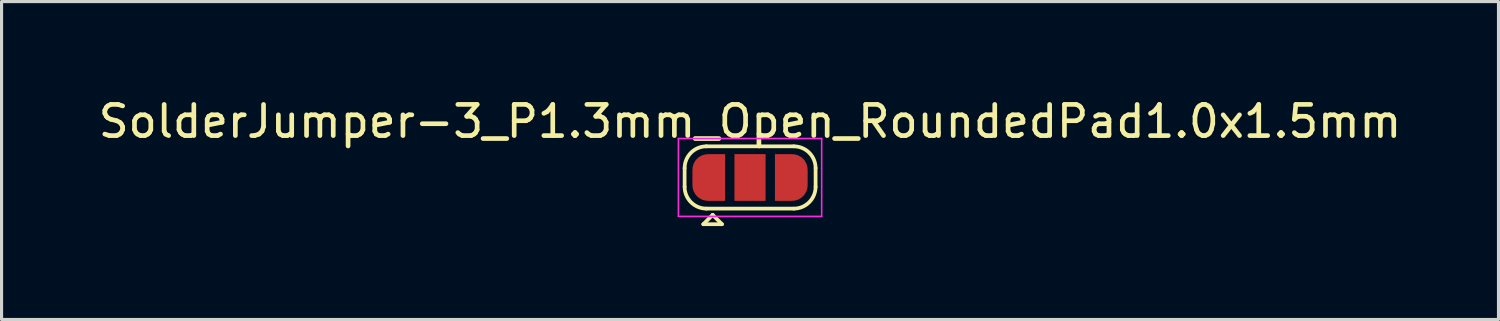
<source format=kicad_pcb>
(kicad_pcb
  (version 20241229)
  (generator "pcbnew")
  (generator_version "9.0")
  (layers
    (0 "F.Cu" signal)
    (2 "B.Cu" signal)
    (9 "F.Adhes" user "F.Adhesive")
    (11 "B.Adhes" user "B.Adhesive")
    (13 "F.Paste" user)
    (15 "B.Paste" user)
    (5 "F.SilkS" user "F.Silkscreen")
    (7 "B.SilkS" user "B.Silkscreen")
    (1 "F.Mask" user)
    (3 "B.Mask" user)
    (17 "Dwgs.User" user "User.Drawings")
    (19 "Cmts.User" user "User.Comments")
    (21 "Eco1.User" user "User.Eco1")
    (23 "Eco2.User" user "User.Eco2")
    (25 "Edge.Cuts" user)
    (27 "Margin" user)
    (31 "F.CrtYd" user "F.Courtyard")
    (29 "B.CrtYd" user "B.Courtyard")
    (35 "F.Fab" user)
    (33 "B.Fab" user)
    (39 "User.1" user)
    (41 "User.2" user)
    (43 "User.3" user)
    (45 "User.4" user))
  (footprint "SolderJumper-3_P1.3mm_Open_RoundedPad1.0x1.5mm"
    (layer "F.Cu")
    (at 21.03 2.648)
    (property "Reference" "SolderJumper-3_P1.3mm_Open_RoundedPad1.0x1.5mm" (at 0 -1.8 0) (layer "F.SilkS") (effects (font (size 1 1) (thickness 0.15))))
    (attr exclude_from_pos_files exclude_from_bom allow_soldermask_bridges)
    (fp_rect (start -0.8 -0.75) (end 0.8 0.75) (stroke (width 0) (type default)) (fill yes) (layer "F.Mask"))
    (fp_line (start -2.1 0.3) (end -2.1 -0.3) (stroke (width 0.12) (type solid)) (layer "F.SilkS"))
    (fp_line (start -1.5 1.5) (end -0.9 1.5) (stroke (width 0.12) (type solid)) (layer "F.SilkS"))
    (fp_line (start -1.4 -1) (end 1.4 -1) (stroke (width 0.12) (type solid)) (layer "F.SilkS"))
    (fp_line (start -1.2 1.2) (end -1.5 1.5) (stroke (width 0.12) (type solid)) (layer "F.SilkS"))
    (fp_line (start -1.2 1.2) (end -0.9 1.5) (stroke (width 0.12) (type solid)) (layer "F.SilkS"))
    (fp_line (start 1.4 1) (end -1.4 1) (stroke (width 0.12) (type solid)) (layer "F.SilkS"))
    (fp_line (start 2.105 -0.3) (end 2.105 0.3) (stroke (width 0.12) (type solid)) (layer "F.SilkS"))
    (fp_arc (start -2.1 -0.3) (mid -1.894975 -0.794975) (end -1.4 -1) (stroke (width 0.12) (type solid)) (layer "F.SilkS"))
    (fp_arc (start -1.4 1) (mid -1.894975 0.794975) (end -2.1 0.3) (stroke (width 0.12) (type solid)) (layer "F.SilkS"))
    (fp_arc (start 1.405025 -1) (mid 1.9 -0.794975) (end 2.105025 -0.3) (stroke (width 0.12) (type solid)) (layer "F.SilkS"))
    (fp_arc (start 2.105025 0.3) (mid 1.9 0.794975) (end 1.405025 1) (stroke (width 0.12) (type solid)) (layer "F.SilkS"))
    (fp_line (start -2.3 -1.25) (end -2.3 1.25) (stroke (width 0.05) (type solid)) (layer "F.CrtYd"))
    (fp_line (start -2.3 -1.25) (end 2.3 -1.25) (stroke (width 0.05) (type solid)) (layer "F.CrtYd"))
    (fp_line (start 2.3 1.25) (end -2.3 1.25) (stroke (width 0.05) (type solid)) (layer "F.CrtYd"))
    (fp_line (start 2.3 1.25) (end 2.3 -1.25) (stroke (width 0.05) (type solid)) (layer "F.CrtYd"))
    (pad "1" smd custom (at -1.35 0) (size 1 0.5) (layers "F.Cu" "F.Mask") (options (anchor rect)) (primitives (gr_circle (center 0 0.25) (end 0.5 0.25) (width 0) (fill yes)) (gr_circle (center 0 -0.25) (end 0.5 -0.25) (width 0) (fill yes)) (gr_poly (pts (xy 0.55 0.75) (xy 0 0.75) (xy 0 -0.75) (xy 0.55 -0.75)) (width 0) (fill yes))))
    (pad "2" smd rect (at 0 0) (size 1 1.5) (layers "F.Cu" "F.Mask"))
    (pad "3" smd custom (at 1.35 0) (size 1 0.5) (layers "F.Cu" "F.Mask") (options (anchor rect)) (primitives (gr_circle (center 0 0.25) (end 0.5 0.25) (width 0) (fill yes)) (gr_circle (center 0 -0.25) (end 0.5 -0.25) (width 0) (fill yes)) (gr_poly (pts (xy 0 0.75) (xy -0.55 0.75) (xy -0.55 -0.75) (xy 0 -0.75)) (width 0) (fill yes)))))
  (gr_rect
    (start -3 -3)
    (end 45.06 7.208)
    (stroke (width 0.1) (type default))
    (fill no)
    (layer "Edge.Cuts")))
</source>
